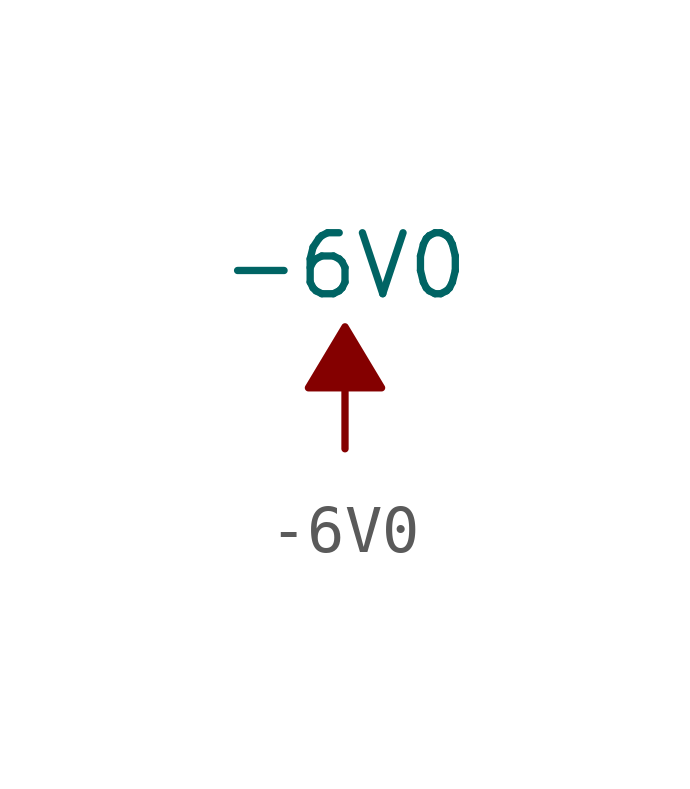
<source format=kicad_sym>
(kicad_symbol_lib
  (version 20211014)
  (generator kicad_symbol_editor)
  (symbol "-6V0"
    (power)
    (pin_names
      (offset 0))
    (property "Reference" "#PWR"
      (at 0 2.54 0)
      (effects (font (size 1.27 1.27)) hide))
    (property "Value" "-6V0"
      (at 0 3.81 0)
      (effects (font (size 1.27 1.27))))
    (symbol "-6V0_0_0"
      (pin power_in line (at 0 0 90) (length 0) hide (name "-6V" (effects (font (size 1.27 1.27)))) (number "1" (effects (font (size 1.27 1.27))))))
    (symbol "-6V0_0_1"
      (polyline (pts (xy 0 0) (xy 0 1.27) (xy 0.762 1.27) (xy 0 2.54) (xy -0.762 1.27) (xy 0 1.27)) (stroke (width 0) (type default) (color 0 0 0 0)) (fill (type outline))))))
</source>
